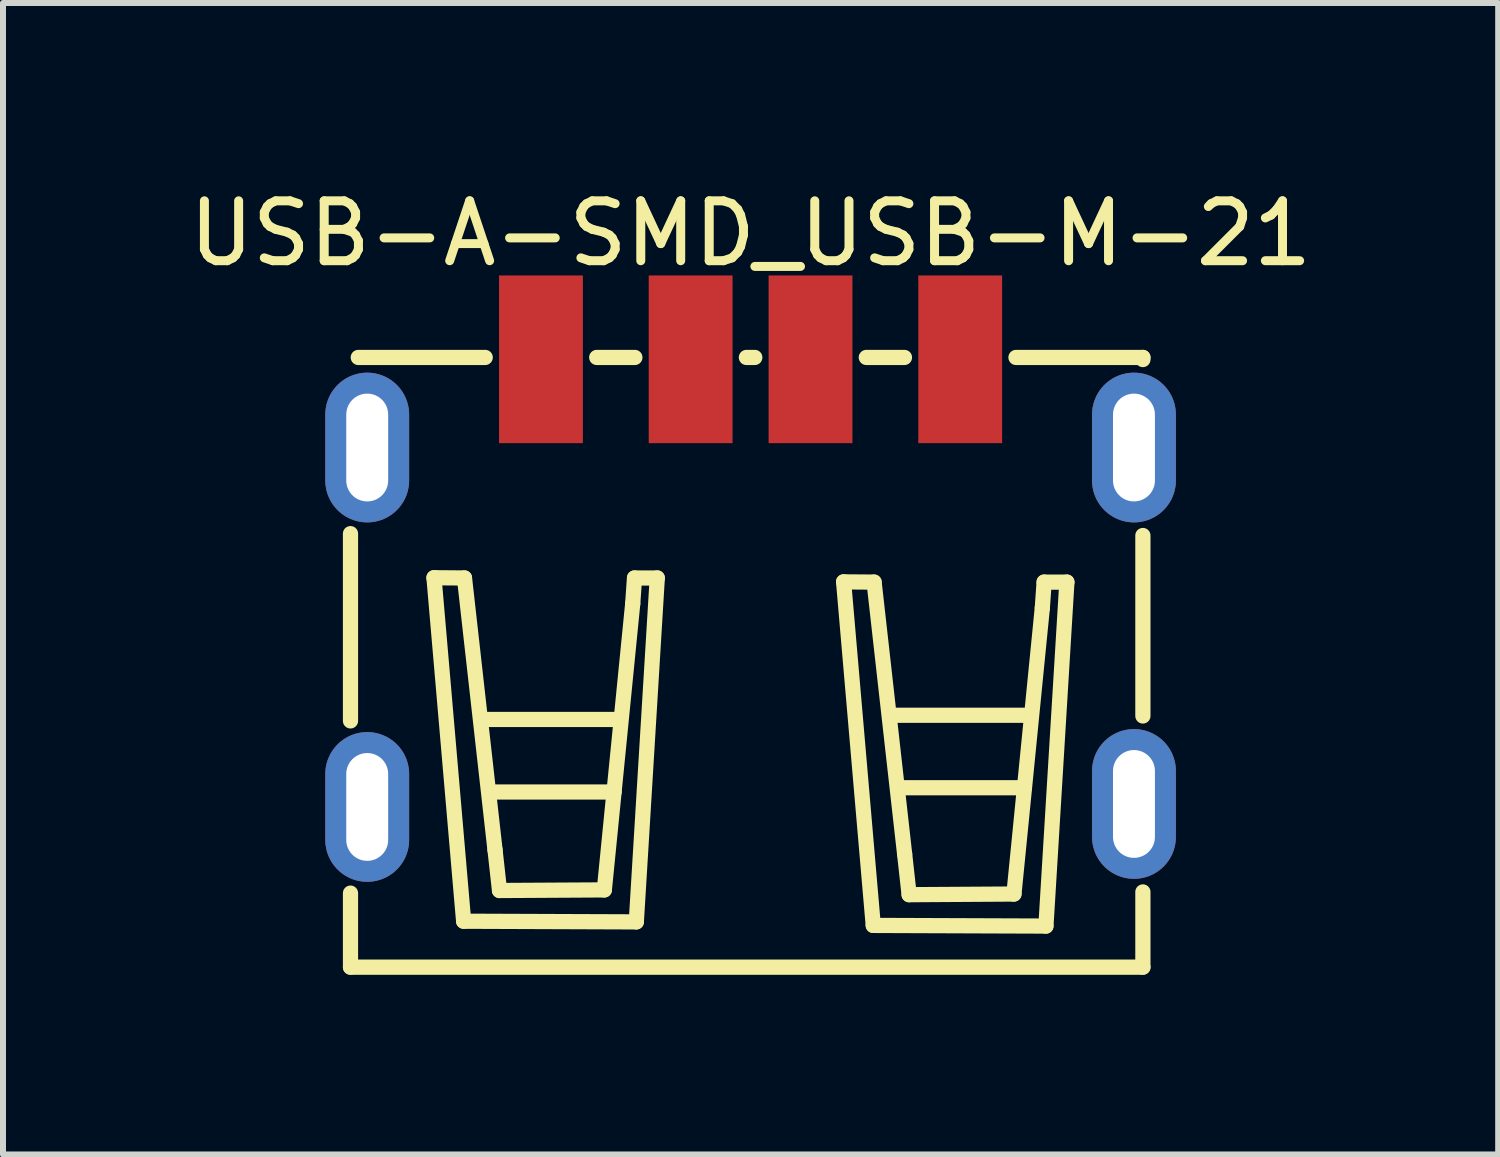
<source format=kicad_pcb>
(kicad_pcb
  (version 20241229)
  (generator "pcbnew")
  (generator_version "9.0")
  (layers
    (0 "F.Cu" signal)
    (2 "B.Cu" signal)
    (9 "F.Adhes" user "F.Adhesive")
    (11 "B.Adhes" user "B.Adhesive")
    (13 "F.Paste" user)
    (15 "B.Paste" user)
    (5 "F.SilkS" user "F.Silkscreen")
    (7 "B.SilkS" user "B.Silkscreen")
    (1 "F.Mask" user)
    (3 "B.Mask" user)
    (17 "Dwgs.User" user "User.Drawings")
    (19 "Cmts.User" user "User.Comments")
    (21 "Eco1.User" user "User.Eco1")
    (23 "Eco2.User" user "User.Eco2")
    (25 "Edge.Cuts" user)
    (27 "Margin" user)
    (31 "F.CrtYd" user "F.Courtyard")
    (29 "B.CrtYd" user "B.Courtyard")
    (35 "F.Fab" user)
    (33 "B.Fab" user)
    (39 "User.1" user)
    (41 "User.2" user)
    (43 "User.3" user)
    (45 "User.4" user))
  (footprint "USB-A-SMD_USB-M-21"
    (layer "F.Cu")
    (at 9.482 6.686)
    (property "Reference" "USB-A-SMD_USB-M-21" (at 0 -5.838 0) (unlocked yes) (layer "F.SilkS") (effects (font (size 1 1) (thickness 0.15))))
    (fp_line (start -6.68 2.3) (end -6.68 -0.826) (stroke (width 0.254) (type default)) (layer "F.SilkS"))
    (fp_line (start -6.68 6.412) (end -6.68 5.176) (stroke (width 0.254) (type default)) (layer "F.SilkS"))
    (fp_line (start -6.55 -3.768) (end -4.431 -3.768) (stroke (width 0.254) (type default)) (layer "F.SilkS"))
    (fp_line (start -5.286 -0.09) (end -4.777 -0.086) (stroke (width 0.254) (type default)) (layer "F.SilkS"))
    (fp_line (start -4.791 5.645) (end -5.286 -0.09) (stroke (width 0.254) (type default)) (layer "F.SilkS"))
    (fp_line (start -4.777 -0.086) (end -4.267 4.454) (stroke (width 0.254) (type default)) (layer "F.SilkS"))
    (fp_line (start -4.449 2.276) (end -2.188 2.276) (stroke (width 0.254) (type default)) (layer "F.SilkS"))
    (fp_line (start -4.309 3.487) (end -2.279 3.487) (stroke (width 0.254) (type default)) (layer "F.SilkS"))
    (fp_line (start -4.267 4.454) (end -4.192 5.132) (stroke (width 0.254) (type default)) (layer "F.SilkS"))
    (fp_line (start -4.192 5.132) (end -2.442 5.122) (stroke (width 0.254) (type default)) (layer "F.SilkS"))
    (fp_line (start -2.569 -3.768) (end -1.932 -3.768) (stroke (width 0.254) (type default)) (layer "F.SilkS"))
    (fp_line (start -2.442 5.122) (end -1.968 0.344) (stroke (width 0.254) (type default)) (layer "F.SilkS"))
    (fp_line (start -1.968 0.344) (end -1.938 -0.086) (stroke (width 0.254) (type default)) (layer "F.SilkS"))
    (fp_line (start -1.938 -0.086) (end -1.558 -0.086) (stroke (width 0.254) (type default)) (layer "F.SilkS"))
    (fp_line (start -1.908 5.656) (end -4.791 5.645) (stroke (width 0.254) (type default)) (layer "F.SilkS"))
    (fp_line (start -1.558 -0.086) (end -1.908 5.656) (stroke (width 0.254) (type default)) (layer "F.SilkS"))
    (fp_line (start -0.07 -3.768) (end 0.07 -3.768) (stroke (width 0.254) (type default)) (layer "F.SilkS"))
    (fp_line (start 1.553 -0.021) (end 2.062 -0.017) (stroke (width 0.254) (type default)) (layer "F.SilkS"))
    (fp_line (start 1.932 -3.768) (end 2.569 -3.768) (stroke (width 0.254) (type default)) (layer "F.SilkS"))
    (fp_line (start 2.048 5.715) (end 1.553 -0.021) (stroke (width 0.254) (type default)) (layer "F.SilkS"))
    (fp_line (start 2.062 -0.017) (end 2.572 4.524) (stroke (width 0.254) (type default)) (layer "F.SilkS"))
    (fp_line (start 2.401 2.206) (end 4.662 2.206) (stroke (width 0.254) (type default)) (layer "F.SilkS"))
    (fp_line (start 2.542 3.416) (end 4.571 3.416) (stroke (width 0.254) (type default)) (layer "F.SilkS"))
    (fp_line (start 2.572 4.524) (end 2.647 5.202) (stroke (width 0.254) (type default)) (layer "F.SilkS"))
    (fp_line (start 2.647 5.202) (end 4.397 5.191) (stroke (width 0.254) (type default)) (layer "F.SilkS"))
    (fp_line (start 4.397 5.191) (end 4.871 0.413) (stroke (width 0.254) (type default)) (layer "F.SilkS"))
    (fp_line (start 4.431 -3.768) (end 6.55 -3.768) (stroke (width 0.254) (type default)) (layer "F.SilkS"))
    (fp_line (start 4.871 0.413) (end 4.901 -0.017) (stroke (width 0.254) (type default)) (layer "F.SilkS"))
    (fp_line (start 4.901 -0.017) (end 5.281 -0.017) (stroke (width 0.254) (type default)) (layer "F.SilkS"))
    (fp_line (start 4.931 5.726) (end 2.048 5.715) (stroke (width 0.254) (type default)) (layer "F.SilkS"))
    (fp_line (start 5.281 -0.017) (end 4.931 5.726) (stroke (width 0.254) (type default)) (layer "F.SilkS"))
    (fp_line (start 6.55 -3.768) (end 6.55 -3.733) (stroke (width 0.254) (type default)) (layer "F.SilkS"))
    (fp_line (start 6.55 -0.795) (end 6.55 2.218) (stroke (width 0.254) (type default)) (layer "F.SilkS"))
    (fp_line (start 6.55 5.156) (end 6.55 6.412) (stroke (width 0.254) (type default)) (layer "F.SilkS"))
    (fp_line (start 6.55 6.412) (end -6.68 6.412) (stroke (width 0.254) (type default)) (layer "F.SilkS"))
    (fp_poly (pts (xy -2.8 -2.337) (xy -4.2 -2.337) (xy -4.2 -5.138) (xy -2.8 -5.138)) (stroke (width 0) (type default)) (fill yes) (layer "F.Paste"))
    (fp_poly (pts (xy -0.3 -2.337) (xy -1.7 -2.337) (xy -1.7 -5.138) (xy -0.3 -5.138)) (stroke (width 0) (type default)) (fill yes) (layer "F.Paste"))
    (fp_poly (pts (xy 1.701 -2.337) (xy 0.301 -2.337) (xy 0.301 -5.138) (xy 1.701 -5.138)) (stroke (width 0) (type default)) (fill yes) (layer "F.Paste"))
    (fp_poly (pts (xy 4.2 -2.337) (xy 2.8 -2.337) (xy 2.8 -5.138) (xy 4.2 -5.138)) (stroke (width 0) (type default)) (fill yes) (layer "F.Paste"))
    (fp_poly (pts (xy -6.348 -3.513) (xy -6.383 -3.514) (xy -6.418 -3.514) (xy -6.453 -3.513) (xy -6.488 -3.509) (xy -6.522 -3.503) (xy -6.556 -3.497) (xy -6.59 -3.488) (xy -6.623 -3.478) (xy -6.657 -3.466) (xy -6.689 -3.453) (xy -6.72 -3.437) (xy -6.751 -3.421) (xy -6.78 -3.402) (xy -6.809 -3.382) (xy -6.838 -3.361) (xy -6.864 -3.339) (xy -6.889 -3.316) (xy -6.914 -3.291) (xy -6.937 -3.264) (xy -6.959 -3.237) (xy -6.979 -3.208) (xy -6.998 -3.179) (xy -7.016 -3.149) (xy -7.032 -3.118) (xy -7.046 -3.086) (xy -7.059 -3.054) (xy -7.069 -3.021) (xy -7.079 -2.987) (xy -7.087 -2.953) (xy -7.093 -2.918) (xy -7.098 -2.884) (xy -7.1 -2.849) (xy -7.101 -2.814) (xy -7.101 -1.714) (xy -7.1 -1.679) (xy -7.098 -1.645) (xy -7.093 -1.61) (xy -7.087 -1.575) (xy -7.079 -1.542) (xy -7.069 -1.508) (xy -7.059 -1.475) (xy -7.046 -1.442) (xy -7.032 -1.411) (xy -7.016 -1.379) (xy -6.998 -1.349) (xy -6.979 -1.32) (xy -6.959 -1.292) (xy -6.937 -1.264) (xy -6.914 -1.238) (xy -6.889 -1.213) (xy -6.864 -1.19) (xy -6.838 -1.167) (xy -6.809 -1.146) (xy -6.78 -1.126) (xy -6.751 -1.108) (xy -6.72 -1.091) (xy -6.689 -1.076) (xy -6.657 -1.062) (xy -6.623 -1.05) (xy -6.59 -1.04) (xy -6.556 -1.032) (xy -6.522 -1.025) (xy -6.488 -1.02) (xy -6.453 -1.016) (xy -6.418 -1.014) (xy -6.383 -1.014) (xy -6.348 -1.016) (xy -6.314 -1.02) (xy -6.279 -1.025) (xy -6.245 -1.032) (xy -6.211 -1.04) (xy -6.178 -1.05) (xy -6.145 -1.062) (xy -6.113 -1.076) (xy -6.082 -1.091) (xy -6.051 -1.108) (xy -6.021 -1.126) (xy -5.992 -1.146) (xy -5.965 -1.167) (xy -5.938 -1.19) (xy -5.912 -1.213) (xy -5.888 -1.238) (xy -5.864 -1.264) (xy -5.843 -1.292) (xy -5.822 -1.32) (xy -5.803 -1.349) (xy -5.786 -1.379) (xy -5.77 -1.411) (xy -5.756 -1.442) (xy -5.743 -1.475) (xy -5.732 -1.508) (xy -5.723 -1.542) (xy -5.715 -1.575) (xy -5.708 -1.61) (xy -5.705 -1.645) (xy -5.702 -1.679) (xy -5.701 -1.714) (xy -5.701 -2.814) (xy -5.702 -2.849) (xy -5.705 -2.884) (xy -5.708 -2.918) (xy -5.715 -2.953) (xy -5.723 -2.987) (xy -5.732 -3.021) (xy -5.743 -3.054) (xy -5.756 -3.086) (xy -5.77 -3.118) (xy -5.786 -3.149) (xy -5.803 -3.179) (xy -5.822 -3.208) (xy -5.843 -3.237) (xy -5.864 -3.264) (xy -5.888 -3.291) (xy -5.912 -3.316) (xy -5.938 -3.339) (xy -5.965 -3.361) (xy -5.992 -3.382) (xy -6.021 -3.402) (xy -6.051 -3.421) (xy -6.082 -3.437) (xy -6.113 -3.453) (xy -6.145 -3.466) (xy -6.178 -3.478) (xy -6.211 -3.488) (xy -6.245 -3.497) (xy -6.279 -3.503) (xy -6.314 -3.509)) (stroke (width 0) (type default)) (fill yes) (layer "F.Paste"))
    (fp_poly (pts (xy -6.348 2.49) (xy -6.383 2.488) (xy -6.418 2.488) (xy -6.453 2.49) (xy -6.488 2.494) (xy -6.522 2.498) (xy -6.556 2.506) (xy -6.59 2.514) (xy -6.623 2.525) (xy -6.657 2.536) (xy -6.689 2.55) (xy -6.72 2.565) (xy -6.751 2.582) (xy -6.78 2.6) (xy -6.809 2.619) (xy -6.838 2.64) (xy -6.864 2.663) (xy -6.889 2.687) (xy -6.914 2.712) (xy -6.937 2.738) (xy -6.959 2.765) (xy -6.979 2.793) (xy -6.998 2.823) (xy -7.016 2.853) (xy -7.032 2.884) (xy -7.046 2.916) (xy -7.059 2.949) (xy -7.069 2.982) (xy -7.079 3.015) (xy -7.087 3.049) (xy -7.093 3.083) (xy -7.098 3.118) (xy -7.1 3.153) (xy -7.101 3.188) (xy -7.101 4.288) (xy -7.1 4.322) (xy -7.098 4.357) (xy -7.093 4.392) (xy -7.087 4.426) (xy -7.079 4.46) (xy -7.069 4.494) (xy -7.059 4.527) (xy -7.046 4.559) (xy -7.032 4.591) (xy -7.016 4.622) (xy -6.998 4.653) (xy -6.979 4.682) (xy -6.959 4.71) (xy -6.937 4.738) (xy -6.914 4.764) (xy -6.889 4.789) (xy -6.864 4.812) (xy -6.838 4.835) (xy -6.809 4.856) (xy -6.78 4.876) (xy -6.751 4.894) (xy -6.72 4.91) (xy -6.689 4.926) (xy -6.657 4.939) (xy -6.623 4.952) (xy -6.59 4.962) (xy -6.556 4.971) (xy -6.522 4.977) (xy -6.488 4.982) (xy -6.453 4.986) (xy -6.418 4.987) (xy -6.383 4.987) (xy -6.348 4.986) (xy -6.314 4.982) (xy -6.279 4.977) (xy -6.245 4.971) (xy -6.211 4.962) (xy -6.178 4.952) (xy -6.145 4.939) (xy -6.113 4.926) (xy -6.082 4.91) (xy -6.051 4.894) (xy -6.021 4.876) (xy -5.992 4.856) (xy -5.965 4.835) (xy -5.938 4.812) (xy -5.912 4.789) (xy -5.888 4.764) (xy -5.864 4.738) (xy -5.843 4.71) (xy -5.822 4.682) (xy -5.803 4.653) (xy -5.786 4.622) (xy -5.77 4.591) (xy -5.756 4.559) (xy -5.743 4.527) (xy -5.732 4.494) (xy -5.723 4.46) (xy -5.715 4.426) (xy -5.708 4.392) (xy -5.705 4.357) (xy -5.702 4.322) (xy -5.701 4.288) (xy -5.701 3.188) (xy -5.702 3.153) (xy -5.705 3.118) (xy -5.708 3.083) (xy -5.715 3.049) (xy -5.723 3.015) (xy -5.732 2.982) (xy -5.743 2.949) (xy -5.756 2.916) (xy -5.77 2.884) (xy -5.786 2.853) (xy -5.803 2.823) (xy -5.822 2.793) (xy -5.843 2.765) (xy -5.864 2.738) (xy -5.888 2.712) (xy -5.912 2.687) (xy -5.938 2.663) (xy -5.965 2.64) (xy -5.992 2.619) (xy -6.021 2.6) (xy -6.051 2.582) (xy -6.082 2.565) (xy -6.113 2.55) (xy -6.145 2.536) (xy -6.178 2.525) (xy -6.211 2.514) (xy -6.245 2.506) (xy -6.279 2.498) (xy -6.314 2.494)) (stroke (width 0) (type default)) (fill yes) (layer "F.Paste"))
    (fp_poly (pts (xy 6.453 -3.513) (xy 6.418 -3.514) (xy 6.383 -3.514) (xy 6.348 -3.513) (xy 6.314 -3.509) (xy 6.279 -3.503) (xy 6.245 -3.497) (xy 6.212 -3.488) (xy 6.178 -3.478) (xy 6.145 -3.466) (xy 6.113 -3.453) (xy 6.082 -3.437) (xy 6.051 -3.421) (xy 6.021 -3.402) (xy 5.992 -3.382) (xy 5.965 -3.361) (xy 5.938 -3.339) (xy 5.912 -3.316) (xy 5.888 -3.291) (xy 5.864 -3.264) (xy 5.843 -3.237) (xy 5.822 -3.208) (xy 5.803 -3.179) (xy 5.786 -3.149) (xy 5.77 -3.118) (xy 5.756 -3.086) (xy 5.743 -3.054) (xy 5.732 -3.021) (xy 5.723 -2.987) (xy 5.715 -2.953) (xy 5.708 -2.918) (xy 5.705 -2.884) (xy 5.702 -2.849) (xy 5.701 -2.814) (xy 5.701 -1.714) (xy 5.702 -1.679) (xy 5.705 -1.645) (xy 5.708 -1.61) (xy 5.715 -1.575) (xy 5.723 -1.542) (xy 5.732 -1.508) (xy 5.743 -1.475) (xy 5.756 -1.442) (xy 5.77 -1.411) (xy 5.786 -1.379) (xy 5.803 -1.349) (xy 5.822 -1.32) (xy 5.843 -1.292) (xy 5.864 -1.264) (xy 5.888 -1.238) (xy 5.912 -1.213) (xy 5.938 -1.19) (xy 5.965 -1.167) (xy 5.992 -1.146) (xy 6.021 -1.126) (xy 6.051 -1.108) (xy 6.082 -1.091) (xy 6.113 -1.076) (xy 6.145 -1.062) (xy 6.178 -1.05) (xy 6.212 -1.04) (xy 6.245 -1.032) (xy 6.279 -1.025) (xy 6.314 -1.02) (xy 6.348 -1.016) (xy 6.383 -1.014) (xy 6.418 -1.014) (xy 6.453 -1.016) (xy 6.488 -1.02) (xy 6.522 -1.025) (xy 6.556 -1.032) (xy 6.59 -1.04) (xy 6.624 -1.05) (xy 6.657 -1.062) (xy 6.689 -1.076) (xy 6.72 -1.091) (xy 6.751 -1.108) (xy 6.78 -1.126) (xy 6.809 -1.146) (xy 6.837 -1.167) (xy 6.864 -1.19) (xy 6.889 -1.213) (xy 6.914 -1.238) (xy 6.937 -1.264) (xy 6.959 -1.292) (xy 6.979 -1.32) (xy 6.998 -1.349) (xy 7.016 -1.379) (xy 7.032 -1.411) (xy 7.046 -1.442) (xy 7.059 -1.475) (xy 7.069 -1.508) (xy 7.079 -1.542) (xy 7.087 -1.575) (xy 7.093 -1.61) (xy 7.098 -1.645) (xy 7.1 -1.679) (xy 7.101 -1.714) (xy 7.101 -2.814) (xy 7.1 -2.849) (xy 7.098 -2.884) (xy 7.093 -2.918) (xy 7.087 -2.953) (xy 7.079 -2.987) (xy 7.069 -3.021) (xy 7.059 -3.054) (xy 7.046 -3.086) (xy 7.032 -3.118) (xy 7.016 -3.149) (xy 6.998 -3.179) (xy 6.979 -3.208) (xy 6.959 -3.237) (xy 6.937 -3.264) (xy 6.914 -3.291) (xy 6.889 -3.316) (xy 6.864 -3.339) (xy 6.837 -3.361) (xy 6.809 -3.382) (xy 6.78 -3.402) (xy 6.751 -3.421) (xy 6.72 -3.437) (xy 6.689 -3.453) (xy 6.657 -3.466) (xy 6.624 -3.478) (xy 6.59 -3.488) (xy 6.556 -3.497) (xy 6.522 -3.503) (xy 6.488 -3.509)) (stroke (width 0) (type default)) (fill yes) (layer "F.Paste"))
    (fp_poly (pts (xy 6.453 2.439) (xy 6.418 2.438) (xy 6.383 2.438) (xy 6.348 2.439) (xy 6.314 2.442) (xy 6.279 2.447) (xy 6.245 2.454) (xy 6.212 2.463) (xy 6.178 2.474) (xy 6.145 2.486) (xy 6.113 2.499) (xy 6.082 2.514) (xy 6.051 2.531) (xy 6.021 2.549) (xy 5.992 2.568) (xy 5.965 2.59) (xy 5.938 2.612) (xy 5.912 2.636) (xy 5.888 2.661) (xy 5.864 2.687) (xy 5.843 2.715) (xy 5.822 2.743) (xy 5.803 2.772) (xy 5.786 2.802) (xy 5.77 2.833) (xy 5.756 2.865) (xy 5.743 2.897) (xy 5.732 2.93) (xy 5.723 2.964) (xy 5.715 2.998) (xy 5.708 3.033) (xy 5.705 3.067) (xy 5.702 3.102) (xy 5.701 3.137) (xy 5.701 4.237) (xy 5.702 4.272) (xy 5.705 4.306) (xy 5.708 4.341) (xy 5.715 4.375) (xy 5.723 4.41) (xy 5.732 4.444) (xy 5.743 4.476) (xy 5.756 4.509) (xy 5.77 4.54) (xy 5.786 4.572) (xy 5.803 4.602) (xy 5.822 4.631) (xy 5.843 4.66) (xy 5.864 4.687) (xy 5.888 4.713) (xy 5.912 4.738) (xy 5.938 4.762) (xy 5.965 4.785) (xy 5.992 4.806) (xy 6.021 4.825) (xy 6.051 4.843) (xy 6.082 4.86) (xy 6.113 4.875) (xy 6.145 4.888) (xy 6.178 4.901) (xy 6.212 4.911) (xy 6.245 4.92) (xy 6.279 4.926) (xy 6.314 4.931) (xy 6.348 4.935) (xy 6.383 4.937) (xy 6.418 4.937) (xy 6.453 4.935) (xy 6.488 4.931) (xy 6.522 4.926) (xy 6.556 4.92) (xy 6.59 4.911) (xy 6.624 4.901) (xy 6.657 4.888) (xy 6.689 4.875) (xy 6.72 4.86) (xy 6.751 4.843) (xy 6.78 4.825) (xy 6.809 4.806) (xy 6.837 4.785) (xy 6.864 4.762) (xy 6.889 4.738) (xy 6.914 4.713) (xy 6.937 4.687) (xy 6.959 4.66) (xy 6.979 4.631) (xy 6.998 4.602) (xy 7.016 4.572) (xy 7.032 4.54) (xy 7.046 4.509) (xy 7.059 4.476) (xy 7.069 4.444) (xy 7.079 4.41) (xy 7.087 4.375) (xy 7.093 4.341) (xy 7.098 4.306) (xy 7.1 4.272) (xy 7.101 4.237) (xy 7.101 3.137) (xy 7.1 3.102) (xy 7.098 3.067) (xy 7.093 3.033) (xy 7.087 2.998) (xy 7.079 2.964) (xy 7.069 2.93) (xy 7.059 2.897) (xy 7.046 2.865) (xy 7.032 2.833) (xy 7.016 2.802) (xy 6.998 2.772) (xy 6.979 2.743) (xy 6.959 2.715) (xy 6.937 2.687) (xy 6.914 2.661) (xy 6.889 2.636) (xy 6.864 2.612) (xy 6.837 2.59) (xy 6.809 2.568) (xy 6.78 2.549) (xy 6.751 2.531) (xy 6.72 2.514) (xy 6.689 2.499) (xy 6.657 2.486) (xy 6.624 2.474) (xy 6.59 2.463) (xy 6.556 2.454) (xy 6.522 2.447) (xy 6.488 2.442)) (stroke (width 0) (type default)) (fill yes) (layer "F.Paste"))
    (fp_poly (pts (xy -6.551 -1.54) (xy -6.551 -2.99) (xy -6.251 -2.99) (xy -6.251 -1.54)) (stroke (width 0.1) (type default)) (fill no) (layer "User.1"))
    (fp_poly (pts (xy -6.551 4.463) (xy -6.551 3.013) (xy -6.251 3.013) (xy -6.251 4.463)) (stroke (width 0.1) (type default)) (fill no) (layer "User.1"))
    (fp_poly (pts (xy -3.17 -2.515) (xy -3.82 -2.515) (xy -3.82 -4.715) (xy -3.17 -4.715)) (stroke (width 0.1) (type default)) (fill no) (layer "User.1"))
    (fp_poly (pts (xy -0.676 -2.515) (xy -1.326 -2.515) (xy -1.326 -4.715) (xy -0.676 -4.715)) (stroke (width 0.1) (type default)) (fill no) (layer "User.1"))
    (fp_poly (pts (xy 1.326 -2.515) (xy 0.676 -2.515) (xy 0.676 -4.715) (xy 1.326 -4.715)) (stroke (width 0.1) (type default)) (fill no) (layer "User.1"))
    (fp_poly (pts (xy 3.833 -2.515) (xy 3.183 -2.515) (xy 3.183 -4.715) (xy 3.833 -4.715)) (stroke (width 0.1) (type default)) (fill no) (layer "User.1"))
    (fp_poly (pts (xy 6.551 -2.99) (xy 6.551 -1.54) (xy 6.251 -1.54) (xy 6.251 -2.99)) (stroke (width 0.1) (type default)) (fill no) (layer "User.1"))
    (fp_poly (pts (xy 6.551 2.962) (xy 6.551 4.412) (xy 6.251 4.412) (xy 6.251 2.962)) (stroke (width 0.1) (type default)) (fill no) (layer "User.1"))
    (fp_line (start -6.55 -3.706) (end 6.55 -3.706) (stroke (width 0.051) (type default)) (layer "User.2"))
    (fp_line (start -6.55 6.294) (end -6.55 -3.706) (stroke (width 0.051) (type default)) (layer "User.2"))
    (fp_line (start 6.55 -3.706) (end 6.55 6.294) (stroke (width 0.051) (type default)) (layer "User.2"))
    (fp_line (start 6.55 6.294) (end -6.55 6.294) (stroke (width 0.051) (type default)) (layer "User.2"))
    (fp_poly (pts (xy 6.611 -4.715) (xy 6.593 -4.758) (xy 6.551 -4.776) (xy 6.509 -4.758) (xy 6.491 -4.715) (xy 6.509 -4.673) (xy 6.551 -4.655) (xy 6.593 -4.673)) (stroke (width 0.1) (type default)) (fill no) (layer "User.3"))
    (pad "1" smd rect (at -3.5 -3.737 180) (size 1.4 2.8) (layers "F.Cu" "F.Mask" "F.Paste"))
    (pad "2" smd rect (at -1.001 -3.737 180) (size 1.4 2.8) (layers "F.Cu" "F.Mask" "F.Paste"))
    (pad "3" smd rect (at 1.001 -3.737 180) (size 1.4 2.8) (layers "F.Cu" "F.Mask" "F.Paste"))
    (pad "4" smd rect (at 3.5 -3.737 180) (size 1.4 2.8) (layers "F.Cu" "F.Mask" "F.Paste"))
    (pad "5" thru_hole oval (at -6.401 -2.264 270) (size 2.5 1.4) (drill oval 1.8 0.7) (layers "*.Cu" "*.Mask"))
    (pad "6" thru_hole oval (at -6.401 3.737 270) (size 2.5 1.4) (drill oval 1.8 0.7) (layers "*.Cu" "*.Mask"))
    (pad "7" thru_hole oval (at 6.401 3.687 90) (size 2.5 1.4) (drill oval 1.8 0.7) (layers "*.Cu" "*.Mask"))
    (pad "8" thru_hole oval (at 6.401 -2.264 90) (size 2.5 1.4) (drill oval 1.8 0.7) (layers "*.Cu" "*.Mask")))
  (gr_rect
    (start -3 -3)
    (end 21.964 16.225)
    (stroke (width 0.1) (type default))
    (fill no)
    (layer "Edge.Cuts")))
</source>
